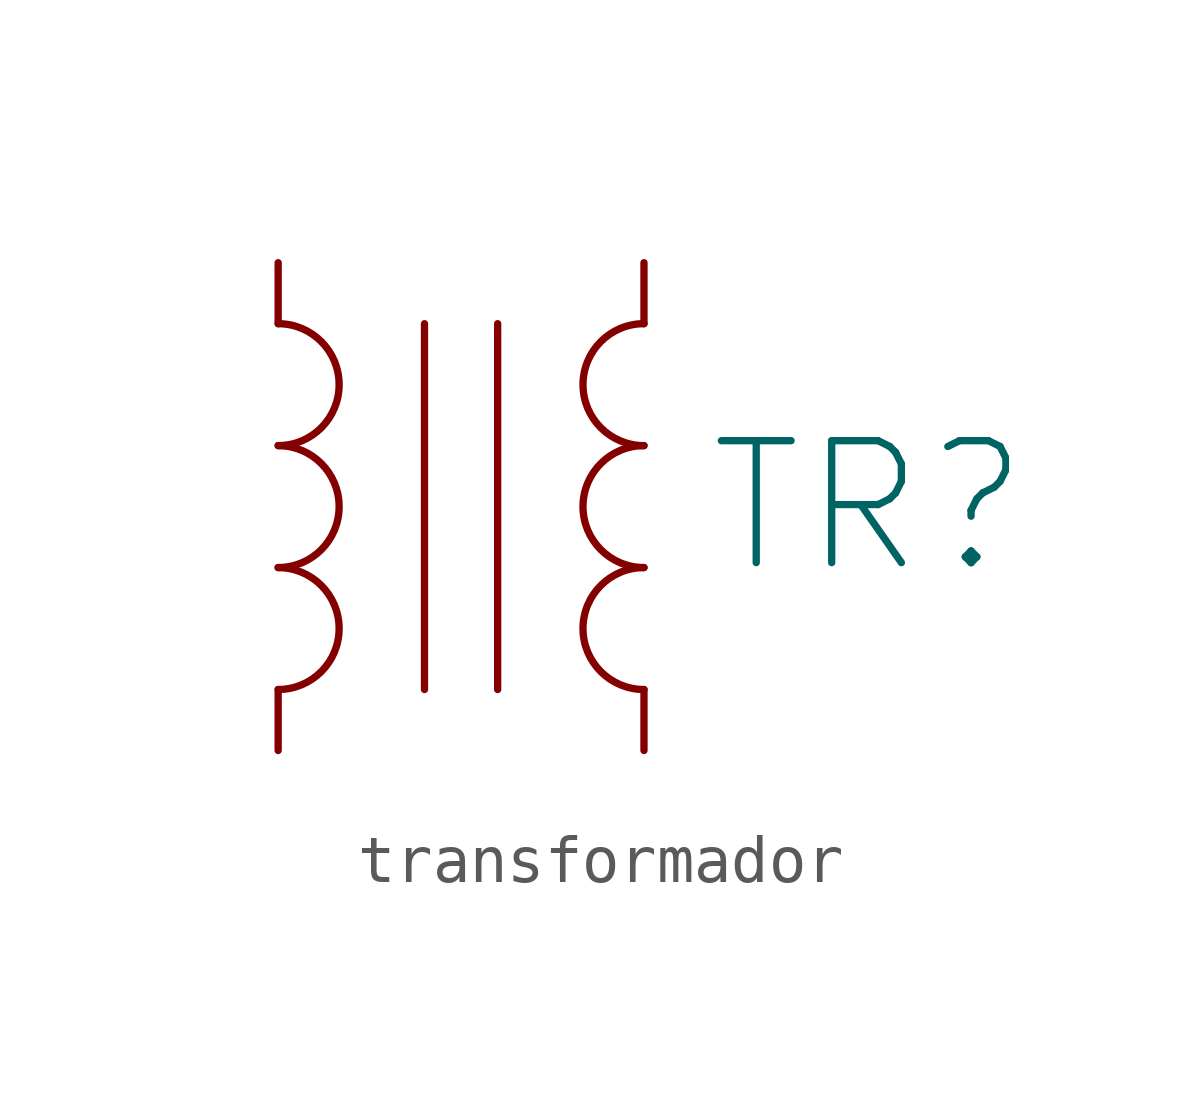
<source format=kicad_sym>
(kicad_symbol_lib
  (version 20211014)
  (generator kicad_symbol_editor)
  (symbol "transformador"
    (pin_names
      (offset 1.016))
    (property "Reference" "TR"
      (at 8.89 -5.08 0)
      (effects (font (size 2.54 2.54)) (justify left)))
    (symbol "transformador_0_1"
      (arc (start 0 -8.89) (mid 1.27 -7.62) (end 0 -6.35) (stroke (width 0) (type default) (color 0 0 0 0)) (fill (type none)))
      (arc (start 0 -6.35) (mid 1.27 -5.08) (end 0 -3.81) (stroke (width 0) (type default) (color 0 0 0 0)) (fill (type none)))
      (arc (start 0 -3.81) (mid 1.27 -2.54) (end 0 -1.27) (stroke (width 0) (type default) (color 0 0 0 0)) (fill (type none)))
      (polyline (pts (xy 3.048 -1.27) (xy 3.048 -8.89)) (stroke (width 0) (type default) (color 0 0 0 0)) (fill (type none)))
      (polyline (pts (xy 4.572 -1.27) (xy 4.572 -8.89)) (stroke (width 0) (type default) (color 0 0 0 0)) (fill (type none)))
      (arc (start 7.62 -6.35) (mid 6.35 -7.62) (end 7.62 -8.89) (stroke (width 0) (type default) (color 0 0 0 0)) (fill (type none)))
      (arc (start 7.62 -3.81) (mid 6.35 -5.08) (end 7.62 -6.35) (stroke (width 0) (type default) (color 0 0 0 0)) (fill (type none)))
      (arc (start 7.62 -1.27) (mid 6.35 -2.54) (end 7.62 -3.81) (stroke (width 0) (type default) (color 0 0 0 0)) (fill (type none))))
    (symbol "transformador_1_1"
      (pin input line (at 0 -10.16 90) (length 1.27) (name "~" (effects (font (size 1.27 1.27)))) (number "~" (effects (font (size 1.143 1.143)))))
      (pin input line (at 0 0 270) (length 1.27) (name "~" (effects (font (size 1.27 1.27)))) (number "~" (effects (font (size 1.143 1.143)))))
      (pin input line (at 7.62 -10.16 90) (length 1.27) (name "~" (effects (font (size 1.27 1.27)))) (number "~" (effects (font (size 1.143 1.143)))))
      (pin input line (at 7.62 0 270) (length 1.27) (name "~" (effects (font (size 1.27 1.27)))) (number "~" (effects (font (size 1.143 1.143))))))))
</source>
